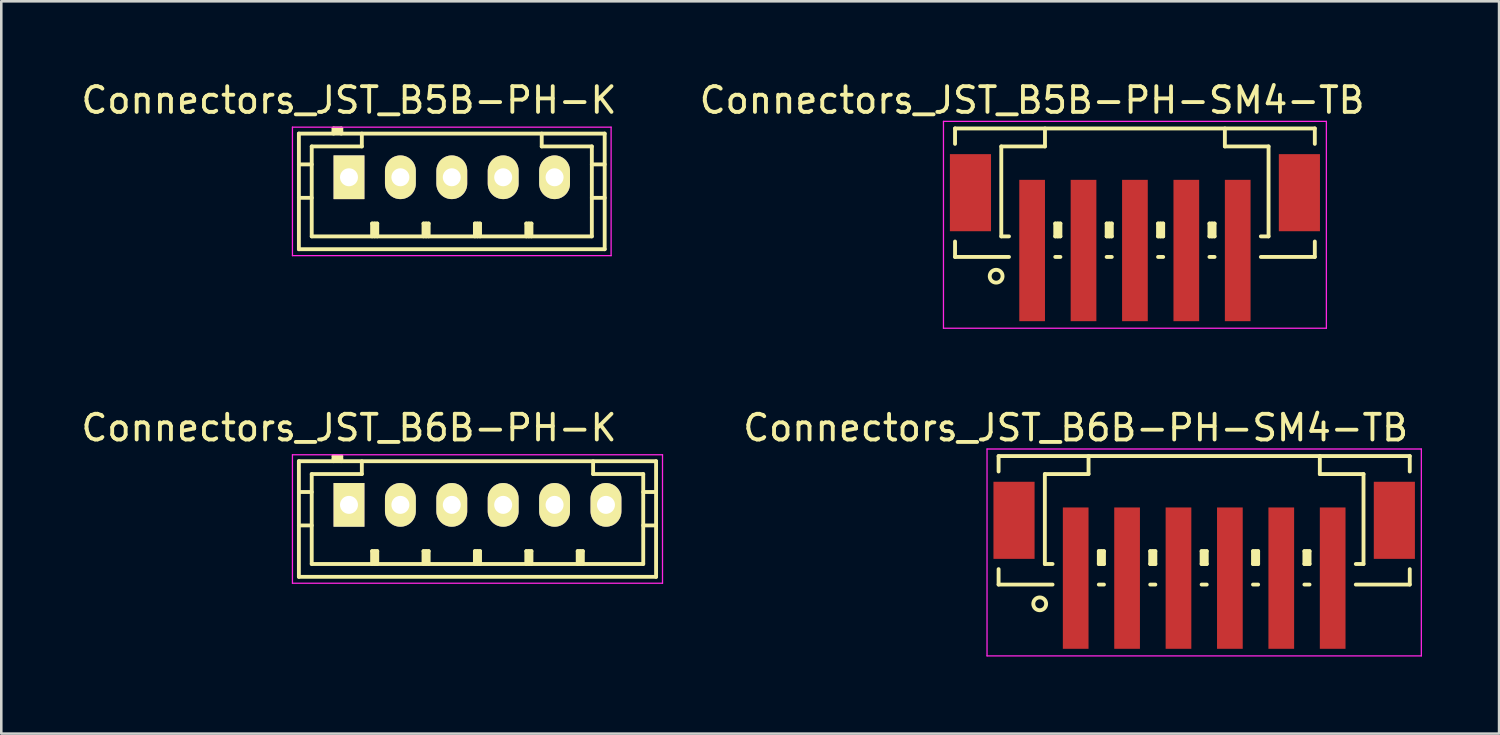
<source format=kicad_pcb>
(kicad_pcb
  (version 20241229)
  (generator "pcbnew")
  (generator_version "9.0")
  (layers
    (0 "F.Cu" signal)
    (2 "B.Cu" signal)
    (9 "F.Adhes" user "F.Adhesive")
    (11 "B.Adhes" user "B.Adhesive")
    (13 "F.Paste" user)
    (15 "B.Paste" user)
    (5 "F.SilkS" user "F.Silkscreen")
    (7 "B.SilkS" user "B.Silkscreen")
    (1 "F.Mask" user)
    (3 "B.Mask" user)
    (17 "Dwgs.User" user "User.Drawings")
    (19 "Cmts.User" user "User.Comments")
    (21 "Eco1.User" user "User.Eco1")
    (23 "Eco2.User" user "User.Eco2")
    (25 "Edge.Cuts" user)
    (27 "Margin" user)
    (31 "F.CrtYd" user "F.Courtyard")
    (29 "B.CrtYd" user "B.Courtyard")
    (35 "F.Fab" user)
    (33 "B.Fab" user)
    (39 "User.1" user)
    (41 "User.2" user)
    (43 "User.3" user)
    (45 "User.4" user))
  (footprint "Connectors_JST_B5B-PH-K"
    (layer "F.Cu")
    (at 10.53 3.848)
    (property "Reference" "Connectors_JST_B5B-PH-K" (at 0 -3 0) (layer "F.SilkS") (effects (font (size 1 1) (thickness 0.15))))
    (attr through_hole)
    (fp_line (start -1.95 -1.7) (end 9.95 -1.7) (stroke (width 0.15) (type solid)) (layer "F.SilkS"))
    (fp_line (start -1.95 -0.5) (end -1.45 -0.5) (stroke (width 0.15) (type solid)) (layer "F.SilkS"))
    (fp_line (start -1.95 0.8) (end -1.45 0.8) (stroke (width 0.15) (type solid)) (layer "F.SilkS"))
    (fp_line (start -1.95 2.8) (end -1.95 -1.7) (stroke (width 0.15) (type solid)) (layer "F.SilkS"))
    (fp_line (start -1.45 -1.2) (end -1.45 2.3) (stroke (width 0.15) (type solid)) (layer "F.SilkS"))
    (fp_line (start -1.45 2.3) (end 9.45 2.3) (stroke (width 0.15) (type solid)) (layer "F.SilkS"))
    (fp_line (start -0.6 -1.9) (end -0.6 -1.7) (stroke (width 0.15) (type solid)) (layer "F.SilkS"))
    (fp_line (start -0.3 -1.9) (end -0.6 -1.9) (stroke (width 0.15) (type solid)) (layer "F.SilkS"))
    (fp_line (start -0.3 -1.8) (end -0.6 -1.8) (stroke (width 0.15) (type solid)) (layer "F.SilkS"))
    (fp_line (start -0.3 -1.7) (end -0.3 -1.9) (stroke (width 0.15) (type solid)) (layer "F.SilkS"))
    (fp_line (start 0.5 -1.7) (end 0.5 -1.2) (stroke (width 0.15) (type solid)) (layer "F.SilkS"))
    (fp_line (start 0.5 -1.2) (end -1.45 -1.2) (stroke (width 0.15) (type solid)) (layer "F.SilkS"))
    (fp_line (start 0.9 1.8) (end 1.1 1.8) (stroke (width 0.15) (type solid)) (layer "F.SilkS"))
    (fp_line (start 0.9 2.3) (end 0.9 1.8) (stroke (width 0.15) (type solid)) (layer "F.SilkS"))
    (fp_line (start 1 2.3) (end 1 1.8) (stroke (width 0.15) (type solid)) (layer "F.SilkS"))
    (fp_line (start 1.1 1.8) (end 1.1 2.3) (stroke (width 0.15) (type solid)) (layer "F.SilkS"))
    (fp_line (start 2.9 1.8) (end 3.1 1.8) (stroke (width 0.15) (type solid)) (layer "F.SilkS"))
    (fp_line (start 2.9 2.3) (end 2.9 1.8) (stroke (width 0.15) (type solid)) (layer "F.SilkS"))
    (fp_line (start 3 2.3) (end 3 1.8) (stroke (width 0.15) (type solid)) (layer "F.SilkS"))
    (fp_line (start 3.1 1.8) (end 3.1 2.3) (stroke (width 0.15) (type solid)) (layer "F.SilkS"))
    (fp_line (start 4.9 1.8) (end 5.1 1.8) (stroke (width 0.15) (type solid)) (layer "F.SilkS"))
    (fp_line (start 4.9 2.3) (end 4.9 1.8) (stroke (width 0.15) (type solid)) (layer "F.SilkS"))
    (fp_line (start 5 2.3) (end 5 1.8) (stroke (width 0.15) (type solid)) (layer "F.SilkS"))
    (fp_line (start 5.1 1.8) (end 5.1 2.3) (stroke (width 0.15) (type solid)) (layer "F.SilkS"))
    (fp_line (start 6.9 1.8) (end 7.1 1.8) (stroke (width 0.15) (type solid)) (layer "F.SilkS"))
    (fp_line (start 6.9 2.3) (end 6.9 1.8) (stroke (width 0.15) (type solid)) (layer "F.SilkS"))
    (fp_line (start 7 2.3) (end 7 1.8) (stroke (width 0.15) (type solid)) (layer "F.SilkS"))
    (fp_line (start 7.1 1.8) (end 7.1 2.3) (stroke (width 0.15) (type solid)) (layer "F.SilkS"))
    (fp_line (start 7.5 -1.2) (end 7.5 -1.7) (stroke (width 0.15) (type solid)) (layer "F.SilkS"))
    (fp_line (start 9.45 -1.2) (end 7.5 -1.2) (stroke (width 0.15) (type solid)) (layer "F.SilkS"))
    (fp_line (start 9.45 -0.5) (end 9.95 -0.5) (stroke (width 0.15) (type solid)) (layer "F.SilkS"))
    (fp_line (start 9.45 0.8) (end 9.95 0.8) (stroke (width 0.15) (type solid)) (layer "F.SilkS"))
    (fp_line (start 9.45 2.3) (end 9.45 -1.2) (stroke (width 0.15) (type solid)) (layer "F.SilkS"))
    (fp_line (start 9.95 -1.7) (end 9.95 2.8) (stroke (width 0.15) (type solid)) (layer "F.SilkS"))
    (fp_line (start 9.95 2.8) (end -1.95 2.8) (stroke (width 0.15) (type solid)) (layer "F.SilkS"))
    (fp_line (start -2.2 -1.95) (end 10.2 -1.95) (stroke (width 0.05) (type solid)) (layer "F.CrtYd"))
    (fp_line (start -2.2 3.05) (end -2.2 -1.95) (stroke (width 0.05) (type solid)) (layer "F.CrtYd"))
    (fp_line (start 10.2 -1.95) (end 10.2 3.05) (stroke (width 0.05) (type solid)) (layer "F.CrtYd"))
    (fp_line (start 10.2 3.05) (end -2.2 3.05) (stroke (width 0.05) (type solid)) (layer "F.CrtYd"))
    (pad "1" thru_hole rect (at 0 0) (size 1.2 1.7) (drill 0.7) (layers "*.Cu" "*.Mask" "F.SilkS"))
    (pad "2" thru_hole oval (at 2 0) (size 1.2 1.7) (drill 0.7) (layers "*.Cu" "*.Mask" "F.SilkS"))
    (pad "3" thru_hole oval (at 4 0) (size 1.2 1.7) (drill 0.7) (layers "*.Cu" "*.Mask" "F.SilkS"))
    (pad "4" thru_hole oval (at 6 0) (size 1.2 1.7) (drill 0.7) (layers "*.Cu" "*.Mask" "F.SilkS"))
    (pad "5" thru_hole oval (at 8 0) (size 1.2 1.7) (drill 0.7) (layers "*.Cu" "*.Mask" "F.SilkS")))
  (footprint "Connectors_JST_B5B-PH-SM4-TB"
    (layer "F.Cu")
    (at 41.113 5.573)
    (property "Reference" "Connectors_JST_B5B-PH-SM4-TB" (at -4 -4.725 0) (layer "F.SilkS") (effects (font (size 1 1) (thickness 0.15))))
    (attr smd)
    (fp_line (start -7 -3.625) (end 7 -3.625) (stroke (width 0.15) (type solid)) (layer "F.SilkS"))
    (fp_line (start -7 -3.025) (end -7 -3.625) (stroke (width 0.15) (type solid)) (layer "F.SilkS"))
    (fp_line (start -7 0.775) (end -7 1.375) (stroke (width 0.15) (type solid)) (layer "F.SilkS"))
    (fp_line (start -7 1.375) (end -4.9 1.375) (stroke (width 0.15) (type solid)) (layer "F.SilkS"))
    (fp_line (start -5.2 -2.925) (end -5.2 0.575) (stroke (width 0.15) (type solid)) (layer "F.SilkS"))
    (fp_line (start -5.2 0.575) (end -4.9 0.575) (stroke (width 0.15) (type solid)) (layer "F.SilkS"))
    (fp_line (start -3.5 -3.625) (end -3.5 -2.925) (stroke (width 0.15) (type solid)) (layer "F.SilkS"))
    (fp_line (start -3.5 -2.925) (end -5.2 -2.925) (stroke (width 0.15) (type solid)) (layer "F.SilkS"))
    (fp_line (start -3.1 0.075) (end -2.9 0.075) (stroke (width 0.15) (type solid)) (layer "F.SilkS"))
    (fp_line (start -3.1 0.575) (end -3.1 0.075) (stroke (width 0.15) (type solid)) (layer "F.SilkS"))
    (fp_line (start -3.1 0.575) (end -2.9 0.575) (stroke (width 0.15) (type solid)) (layer "F.SilkS"))
    (fp_line (start -3.1 1.375) (end -2.9 1.375) (stroke (width 0.15) (type solid)) (layer "F.SilkS"))
    (fp_line (start -3 0.575) (end -3 0.075) (stroke (width 0.15) (type solid)) (layer "F.SilkS"))
    (fp_line (start -2.9 0.075) (end -2.9 0.575) (stroke (width 0.15) (type solid)) (layer "F.SilkS"))
    (fp_line (start -1.1 0.075) (end -0.9 0.075) (stroke (width 0.15) (type solid)) (layer "F.SilkS"))
    (fp_line (start -1.1 0.575) (end -1.1 0.075) (stroke (width 0.15) (type solid)) (layer "F.SilkS"))
    (fp_line (start -1.1 0.575) (end -0.9 0.575) (stroke (width 0.15) (type solid)) (layer "F.SilkS"))
    (fp_line (start -1.1 1.375) (end -0.9 1.375) (stroke (width 0.15) (type solid)) (layer "F.SilkS"))
    (fp_line (start -1 0.575) (end -1 0.075) (stroke (width 0.15) (type solid)) (layer "F.SilkS"))
    (fp_line (start -0.9 0.075) (end -0.9 0.575) (stroke (width 0.15) (type solid)) (layer "F.SilkS"))
    (fp_line (start 0.9 0.075) (end 1.1 0.075) (stroke (width 0.15) (type solid)) (layer "F.SilkS"))
    (fp_line (start 0.9 0.575) (end 0.9 0.075) (stroke (width 0.15) (type solid)) (layer "F.SilkS"))
    (fp_line (start 0.9 0.575) (end 1.1 0.575) (stroke (width 0.15) (type solid)) (layer "F.SilkS"))
    (fp_line (start 0.9 1.375) (end 1.1 1.375) (stroke (width 0.15) (type solid)) (layer "F.SilkS"))
    (fp_line (start 1 0.575) (end 1 0.075) (stroke (width 0.15) (type solid)) (layer "F.SilkS"))
    (fp_line (start 1.1 0.075) (end 1.1 0.575) (stroke (width 0.15) (type solid)) (layer "F.SilkS"))
    (fp_line (start 2.9 0.075) (end 3.1 0.075) (stroke (width 0.15) (type solid)) (layer "F.SilkS"))
    (fp_line (start 2.9 0.575) (end 2.9 0.075) (stroke (width 0.15) (type solid)) (layer "F.SilkS"))
    (fp_line (start 2.9 0.575) (end 3.1 0.575) (stroke (width 0.15) (type solid)) (layer "F.SilkS"))
    (fp_line (start 2.9 1.375) (end 3.1 1.375) (stroke (width 0.15) (type solid)) (layer "F.SilkS"))
    (fp_line (start 3 0.575) (end 3 0.075) (stroke (width 0.15) (type solid)) (layer "F.SilkS"))
    (fp_line (start 3.1 0.075) (end 3.1 0.575) (stroke (width 0.15) (type solid)) (layer "F.SilkS"))
    (fp_line (start 3.5 -3.625) (end 3.5 -2.925) (stroke (width 0.15) (type solid)) (layer "F.SilkS"))
    (fp_line (start 3.5 -2.925) (end 5.2 -2.925) (stroke (width 0.15) (type solid)) (layer "F.SilkS"))
    (fp_line (start 5.2 -2.925) (end 5.2 0.575) (stroke (width 0.15) (type solid)) (layer "F.SilkS"))
    (fp_line (start 5.2 0.575) (end 4.9 0.575) (stroke (width 0.15) (type solid)) (layer "F.SilkS"))
    (fp_line (start 7 -3.625) (end 7 -3.025) (stroke (width 0.15) (type solid)) (layer "F.SilkS"))
    (fp_line (start 7 0.775) (end 7 1.375) (stroke (width 0.15) (type solid)) (layer "F.SilkS"))
    (fp_line (start 7 1.375) (end 4.9 1.375) (stroke (width 0.15) (type solid)) (layer "F.SilkS"))
    (fp_circle (center -5.4 2.125) (end -5.15 2.125) (stroke (width 0.15) (type solid)) (fill no) (layer "F.SilkS"))
    (fp_line (start -7.45 -3.9) (end 7.45 -3.9) (stroke (width 0.05) (type solid)) (layer "F.CrtYd"))
    (fp_line (start -7.45 4.15) (end -7.45 -3.9) (stroke (width 0.05) (type solid)) (layer "F.CrtYd"))
    (fp_line (start 7.45 -3.9) (end 7.45 4.15) (stroke (width 0.05) (type solid)) (layer "F.CrtYd"))
    (fp_line (start 7.45 4.15) (end -7.45 4.15) (stroke (width 0.05) (type solid)) (layer "F.CrtYd"))
    (pad "" smd rect (at -6.4 -1.125) (size 1.6 3) (layers "F.Cu" "F.Mask" "F.Paste"))
    (pad "" smd rect (at 6.4 -1.125) (size 1.6 3) (layers "F.Cu" "F.Mask" "F.Paste"))
    (pad "1" smd rect (at -4 1.125) (size 1 5.5) (layers "F.Cu" "F.Mask" "F.Paste"))
    (pad "2" smd rect (at -2 1.125) (size 1 5.5) (layers "F.Cu" "F.Mask" "F.Paste"))
    (pad "3" smd rect (at 0 1.125) (size 1 5.5) (layers "F.Cu" "F.Mask" "F.Paste"))
    (pad "4" smd rect (at 2 1.125) (size 1 5.5) (layers "F.Cu" "F.Mask" "F.Paste"))
    (pad "5" smd rect (at 4 1.125) (size 1 5.5) (layers "F.Cu" "F.Mask" "F.Paste")))
  (footprint "Connectors_JST_B6B-PH-SM4-TB"
    (layer "F.Cu")
    (at 43.808 18.322)
    (property "Reference" "Connectors_JST_B6B-PH-SM4-TB" (at -5 -4.725 0) (layer "F.SilkS") (effects (font (size 1 1) (thickness 0.15))))
    (attr smd)
    (fp_line (start -8 -3.625) (end 8 -3.625) (stroke (width 0.15) (type solid)) (layer "F.SilkS"))
    (fp_line (start -8 -3.025) (end -8 -3.625) (stroke (width 0.15) (type solid)) (layer "F.SilkS"))
    (fp_line (start -8 0.775) (end -8 1.375) (stroke (width 0.15) (type solid)) (layer "F.SilkS"))
    (fp_line (start -8 1.375) (end -5.9 1.375) (stroke (width 0.15) (type solid)) (layer "F.SilkS"))
    (fp_line (start -6.2 -2.925) (end -6.2 0.575) (stroke (width 0.15) (type solid)) (layer "F.SilkS"))
    (fp_line (start -6.2 0.575) (end -5.9 0.575) (stroke (width 0.15) (type solid)) (layer "F.SilkS"))
    (fp_line (start -4.5 -3.625) (end -4.5 -2.925) (stroke (width 0.15) (type solid)) (layer "F.SilkS"))
    (fp_line (start -4.5 -2.925) (end -6.2 -2.925) (stroke (width 0.15) (type solid)) (layer "F.SilkS"))
    (fp_line (start -4.1 0.075) (end -3.9 0.075) (stroke (width 0.15) (type solid)) (layer "F.SilkS"))
    (fp_line (start -4.1 0.575) (end -4.1 0.075) (stroke (width 0.15) (type solid)) (layer "F.SilkS"))
    (fp_line (start -4.1 0.575) (end -3.9 0.575) (stroke (width 0.15) (type solid)) (layer "F.SilkS"))
    (fp_line (start -4.1 1.375) (end -3.9 1.375) (stroke (width 0.15) (type solid)) (layer "F.SilkS"))
    (fp_line (start -4 0.575) (end -4 0.075) (stroke (width 0.15) (type solid)) (layer "F.SilkS"))
    (fp_line (start -3.9 0.075) (end -3.9 0.575) (stroke (width 0.15) (type solid)) (layer "F.SilkS"))
    (fp_line (start -2.1 0.075) (end -1.9 0.075) (stroke (width 0.15) (type solid)) (layer "F.SilkS"))
    (fp_line (start -2.1 0.575) (end -2.1 0.075) (stroke (width 0.15) (type solid)) (layer "F.SilkS"))
    (fp_line (start -2.1 0.575) (end -1.9 0.575) (stroke (width 0.15) (type solid)) (layer "F.SilkS"))
    (fp_line (start -2.1 1.375) (end -1.9 1.375) (stroke (width 0.15) (type solid)) (layer "F.SilkS"))
    (fp_line (start -2 0.575) (end -2 0.075) (stroke (width 0.15) (type solid)) (layer "F.SilkS"))
    (fp_line (start -1.9 0.075) (end -1.9 0.575) (stroke (width 0.15) (type solid)) (layer "F.SilkS"))
    (fp_line (start -0.1 0.075) (end 0.1 0.075) (stroke (width 0.15) (type solid)) (layer "F.SilkS"))
    (fp_line (start -0.1 0.575) (end -0.1 0.075) (stroke (width 0.15) (type solid)) (layer "F.SilkS"))
    (fp_line (start -0.1 0.575) (end 0.1 0.575) (stroke (width 0.15) (type solid)) (layer "F.SilkS"))
    (fp_line (start -0.1 1.375) (end 0.1 1.375) (stroke (width 0.15) (type solid)) (layer "F.SilkS"))
    (fp_line (start 0 0.575) (end 0 0.075) (stroke (width 0.15) (type solid)) (layer "F.SilkS"))
    (fp_line (start 0.1 0.075) (end 0.1 0.575) (stroke (width 0.15) (type solid)) (layer "F.SilkS"))
    (fp_line (start 1.9 0.075) (end 2.1 0.075) (stroke (width 0.15) (type solid)) (layer "F.SilkS"))
    (fp_line (start 1.9 0.575) (end 1.9 0.075) (stroke (width 0.15) (type solid)) (layer "F.SilkS"))
    (fp_line (start 1.9 0.575) (end 2.1 0.575) (stroke (width 0.15) (type solid)) (layer "F.SilkS"))
    (fp_line (start 1.9 1.375) (end 2.1 1.375) (stroke (width 0.15) (type solid)) (layer "F.SilkS"))
    (fp_line (start 2 0.575) (end 2 0.075) (stroke (width 0.15) (type solid)) (layer "F.SilkS"))
    (fp_line (start 2.1 0.075) (end 2.1 0.575) (stroke (width 0.15) (type solid)) (layer "F.SilkS"))
    (fp_line (start 3.9 0.075) (end 4.1 0.075) (stroke (width 0.15) (type solid)) (layer "F.SilkS"))
    (fp_line (start 3.9 0.575) (end 3.9 0.075) (stroke (width 0.15) (type solid)) (layer "F.SilkS"))
    (fp_line (start 3.9 0.575) (end 4.1 0.575) (stroke (width 0.15) (type solid)) (layer "F.SilkS"))
    (fp_line (start 3.9 1.375) (end 4.1 1.375) (stroke (width 0.15) (type solid)) (layer "F.SilkS"))
    (fp_line (start 4 0.575) (end 4 0.075) (stroke (width 0.15) (type solid)) (layer "F.SilkS"))
    (fp_line (start 4.1 0.075) (end 4.1 0.575) (stroke (width 0.15) (type solid)) (layer "F.SilkS"))
    (fp_line (start 4.5 -3.625) (end 4.5 -2.925) (stroke (width 0.15) (type solid)) (layer "F.SilkS"))
    (fp_line (start 4.5 -2.925) (end 6.2 -2.925) (stroke (width 0.15) (type solid)) (layer "F.SilkS"))
    (fp_line (start 6.2 -2.925) (end 6.2 0.575) (stroke (width 0.15) (type solid)) (layer "F.SilkS"))
    (fp_line (start 6.2 0.575) (end 5.9 0.575) (stroke (width 0.15) (type solid)) (layer "F.SilkS"))
    (fp_line (start 8 -3.625) (end 8 -3.025) (stroke (width 0.15) (type solid)) (layer "F.SilkS"))
    (fp_line (start 8 0.775) (end 8 1.375) (stroke (width 0.15) (type solid)) (layer "F.SilkS"))
    (fp_line (start 8 1.375) (end 5.9 1.375) (stroke (width 0.15) (type solid)) (layer "F.SilkS"))
    (fp_circle (center -6.4 2.125) (end -6.15 2.125) (stroke (width 0.15) (type solid)) (fill no) (layer "F.SilkS"))
    (fp_line (start -8.45 -3.9) (end 8.45 -3.9) (stroke (width 0.05) (type solid)) (layer "F.CrtYd"))
    (fp_line (start -8.45 4.15) (end -8.45 -3.9) (stroke (width 0.05) (type solid)) (layer "F.CrtYd"))
    (fp_line (start 8.45 -3.9) (end 8.45 4.15) (stroke (width 0.05) (type solid)) (layer "F.CrtYd"))
    (fp_line (start 8.45 4.15) (end -8.45 4.15) (stroke (width 0.05) (type solid)) (layer "F.CrtYd"))
    (pad "" smd rect (at -7.4 -1.125) (size 1.6 3) (layers "F.Cu" "F.Mask" "F.Paste"))
    (pad "" smd rect (at 7.4 -1.125) (size 1.6 3) (layers "F.Cu" "F.Mask" "F.Paste"))
    (pad "1" smd rect (at -5 1.125) (size 1 5.5) (layers "F.Cu" "F.Mask" "F.Paste"))
    (pad "2" smd rect (at -3 1.125) (size 1 5.5) (layers "F.Cu" "F.Mask" "F.Paste"))
    (pad "3" smd rect (at -1 1.125) (size 1 5.5) (layers "F.Cu" "F.Mask" "F.Paste"))
    (pad "4" smd rect (at 1 1.125) (size 1 5.5) (layers "F.Cu" "F.Mask" "F.Paste"))
    (pad "5" smd rect (at 3 1.125) (size 1 5.5) (layers "F.Cu" "F.Mask" "F.Paste"))
    (pad "6" smd rect (at 5 1.125) (size 1 5.5) (layers "F.Cu" "F.Mask" "F.Paste")))
  (footprint "Connectors_JST_B6B-PH-K"
    (layer "F.Cu")
    (at 10.53 16.596)
    (property "Reference" "Connectors_JST_B6B-PH-K" (at 0 -3 0) (layer "F.SilkS") (effects (font (size 1 1) (thickness 0.15))))
    (attr through_hole)
    (fp_line (start -1.95 -1.7) (end 11.95 -1.7) (stroke (width 0.15) (type solid)) (layer "F.SilkS"))
    (fp_line (start -1.95 -0.5) (end -1.45 -0.5) (stroke (width 0.15) (type solid)) (layer "F.SilkS"))
    (fp_line (start -1.95 0.8) (end -1.45 0.8) (stroke (width 0.15) (type solid)) (layer "F.SilkS"))
    (fp_line (start -1.95 2.8) (end -1.95 -1.7) (stroke (width 0.15) (type solid)) (layer "F.SilkS"))
    (fp_line (start -1.45 -1.2) (end -1.45 2.3) (stroke (width 0.15) (type solid)) (layer "F.SilkS"))
    (fp_line (start -1.45 2.3) (end 11.45 2.3) (stroke (width 0.15) (type solid)) (layer "F.SilkS"))
    (fp_line (start -0.6 -1.9) (end -0.6 -1.7) (stroke (width 0.15) (type solid)) (layer "F.SilkS"))
    (fp_line (start -0.3 -1.9) (end -0.6 -1.9) (stroke (width 0.15) (type solid)) (layer "F.SilkS"))
    (fp_line (start -0.3 -1.8) (end -0.6 -1.8) (stroke (width 0.15) (type solid)) (layer "F.SilkS"))
    (fp_line (start -0.3 -1.7) (end -0.3 -1.9) (stroke (width 0.15) (type solid)) (layer "F.SilkS"))
    (fp_line (start 0.5 -1.7) (end 0.5 -1.2) (stroke (width 0.15) (type solid)) (layer "F.SilkS"))
    (fp_line (start 0.5 -1.2) (end -1.45 -1.2) (stroke (width 0.15) (type solid)) (layer "F.SilkS"))
    (fp_line (start 0.9 1.8) (end 1.1 1.8) (stroke (width 0.15) (type solid)) (layer "F.SilkS"))
    (fp_line (start 0.9 2.3) (end 0.9 1.8) (stroke (width 0.15) (type solid)) (layer "F.SilkS"))
    (fp_line (start 1 2.3) (end 1 1.8) (stroke (width 0.15) (type solid)) (layer "F.SilkS"))
    (fp_line (start 1.1 1.8) (end 1.1 2.3) (stroke (width 0.15) (type solid)) (layer "F.SilkS"))
    (fp_line (start 2.9 1.8) (end 3.1 1.8) (stroke (width 0.15) (type solid)) (layer "F.SilkS"))
    (fp_line (start 2.9 2.3) (end 2.9 1.8) (stroke (width 0.15) (type solid)) (layer "F.SilkS"))
    (fp_line (start 3 2.3) (end 3 1.8) (stroke (width 0.15) (type solid)) (layer "F.SilkS"))
    (fp_line (start 3.1 1.8) (end 3.1 2.3) (stroke (width 0.15) (type solid)) (layer "F.SilkS"))
    (fp_line (start 4.9 1.8) (end 5.1 1.8) (stroke (width 0.15) (type solid)) (layer "F.SilkS"))
    (fp_line (start 4.9 2.3) (end 4.9 1.8) (stroke (width 0.15) (type solid)) (layer "F.SilkS"))
    (fp_line (start 5 2.3) (end 5 1.8) (stroke (width 0.15) (type solid)) (layer "F.SilkS"))
    (fp_line (start 5.1 1.8) (end 5.1 2.3) (stroke (width 0.15) (type solid)) (layer "F.SilkS"))
    (fp_line (start 6.9 1.8) (end 7.1 1.8) (stroke (width 0.15) (type solid)) (layer "F.SilkS"))
    (fp_line (start 6.9 2.3) (end 6.9 1.8) (stroke (width 0.15) (type solid)) (layer "F.SilkS"))
    (fp_line (start 7 2.3) (end 7 1.8) (stroke (width 0.15) (type solid)) (layer "F.SilkS"))
    (fp_line (start 7.1 1.8) (end 7.1 2.3) (stroke (width 0.15) (type solid)) (layer "F.SilkS"))
    (fp_line (start 8.9 1.8) (end 9.1 1.8) (stroke (width 0.15) (type solid)) (layer "F.SilkS"))
    (fp_line (start 8.9 2.3) (end 8.9 1.8) (stroke (width 0.15) (type solid)) (layer "F.SilkS"))
    (fp_line (start 9 2.3) (end 9 1.8) (stroke (width 0.15) (type solid)) (layer "F.SilkS"))
    (fp_line (start 9.1 1.8) (end 9.1 2.3) (stroke (width 0.15) (type solid)) (layer "F.SilkS"))
    (fp_line (start 9.5 -1.2) (end 9.5 -1.7) (stroke (width 0.15) (type solid)) (layer "F.SilkS"))
    (fp_line (start 11.45 -1.2) (end 9.5 -1.2) (stroke (width 0.15) (type solid)) (layer "F.SilkS"))
    (fp_line (start 11.45 -0.5) (end 11.95 -0.5) (stroke (width 0.15) (type solid)) (layer "F.SilkS"))
    (fp_line (start 11.45 0.8) (end 11.95 0.8) (stroke (width 0.15) (type solid)) (layer "F.SilkS"))
    (fp_line (start 11.45 2.3) (end 11.45 -1.2) (stroke (width 0.15) (type solid)) (layer "F.SilkS"))
    (fp_line (start 11.95 -1.7) (end 11.95 2.8) (stroke (width 0.15) (type solid)) (layer "F.SilkS"))
    (fp_line (start 11.95 2.8) (end -1.95 2.8) (stroke (width 0.15) (type solid)) (layer "F.SilkS"))
    (fp_line (start -2.2 -1.95) (end 12.2 -1.95) (stroke (width 0.05) (type solid)) (layer "F.CrtYd"))
    (fp_line (start -2.2 3.05) (end -2.2 -1.95) (stroke (width 0.05) (type solid)) (layer "F.CrtYd"))
    (fp_line (start 12.2 -1.95) (end 12.2 3.05) (stroke (width 0.05) (type solid)) (layer "F.CrtYd"))
    (fp_line (start 12.2 3.05) (end -2.2 3.05) (stroke (width 0.05) (type solid)) (layer "F.CrtYd"))
    (pad "1" thru_hole rect (at 0 0) (size 1.2 1.7) (drill 0.7) (layers "*.Cu" "*.Mask" "F.SilkS"))
    (pad "2" thru_hole oval (at 2 0) (size 1.2 1.7) (drill 0.7) (layers "*.Cu" "*.Mask" "F.SilkS"))
    (pad "3" thru_hole oval (at 4 0) (size 1.2 1.7) (drill 0.7) (layers "*.Cu" "*.Mask" "F.SilkS"))
    (pad "4" thru_hole oval (at 6 0) (size 1.2 1.7) (drill 0.7) (layers "*.Cu" "*.Mask" "F.SilkS"))
    (pad "5" thru_hole oval (at 8 0) (size 1.2 1.7) (drill 0.7) (layers "*.Cu" "*.Mask" "F.SilkS"))
    (pad "6" thru_hole oval (at 10 0) (size 1.2 1.7) (drill 0.7) (layers "*.Cu" "*.Mask" "F.SilkS")))
  (gr_rect
    (start -3 -3)
    (end 55.283 25.497)
    (stroke (width 0.1) (type default))
    (fill no)
    (layer "Edge.Cuts")))
</source>
